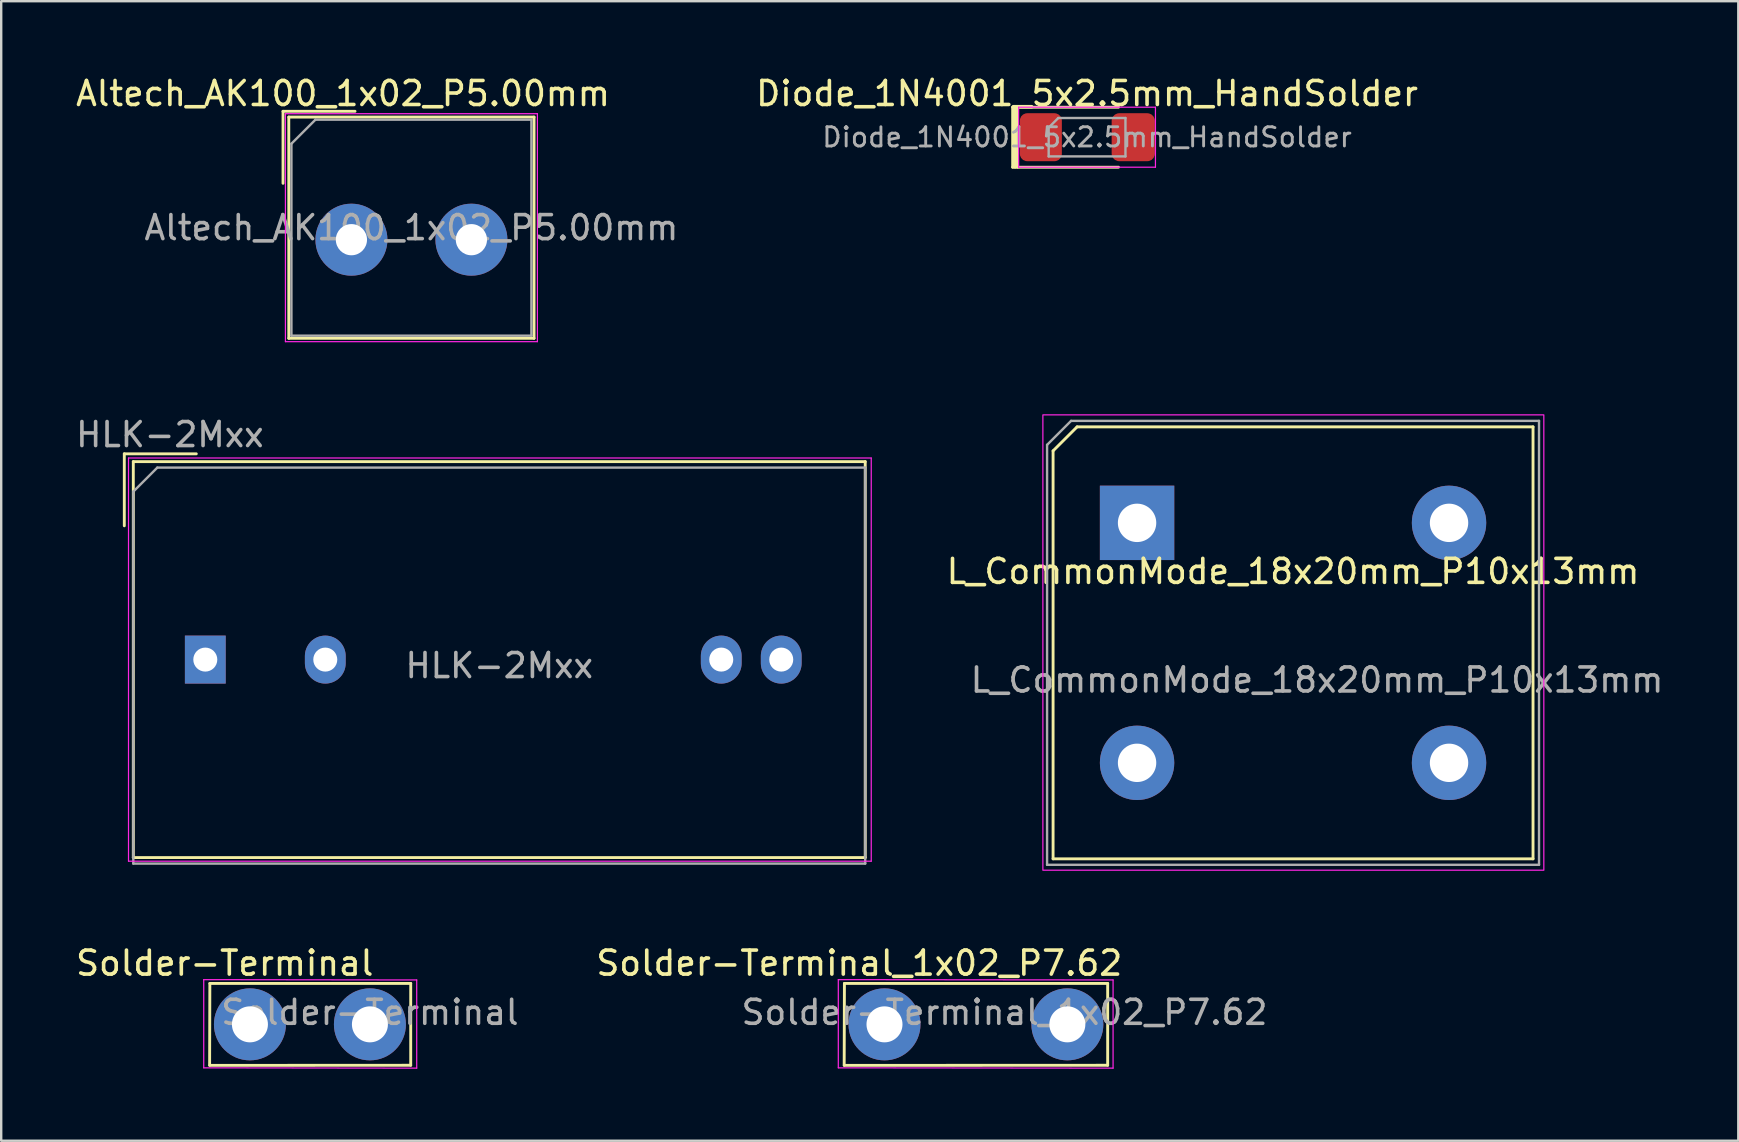
<source format=kicad_pcb>
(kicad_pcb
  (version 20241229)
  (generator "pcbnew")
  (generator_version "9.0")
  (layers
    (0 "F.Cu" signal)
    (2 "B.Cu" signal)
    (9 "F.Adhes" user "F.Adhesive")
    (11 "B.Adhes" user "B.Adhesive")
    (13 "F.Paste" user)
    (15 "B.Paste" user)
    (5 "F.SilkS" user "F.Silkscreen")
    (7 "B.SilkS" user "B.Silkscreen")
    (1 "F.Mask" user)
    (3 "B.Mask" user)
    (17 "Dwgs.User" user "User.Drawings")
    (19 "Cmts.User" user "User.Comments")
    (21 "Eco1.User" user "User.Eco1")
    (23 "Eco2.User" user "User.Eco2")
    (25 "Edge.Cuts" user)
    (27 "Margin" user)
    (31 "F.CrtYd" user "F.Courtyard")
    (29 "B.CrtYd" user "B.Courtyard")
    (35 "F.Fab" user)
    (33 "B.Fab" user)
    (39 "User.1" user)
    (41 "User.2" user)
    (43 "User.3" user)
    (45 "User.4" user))
  (footprint "HLK-2Mxx"
    (layer "F.Cu")
    (at 5.505 24.436)
    (property "Reference" "HLK-2Mxx" (at -1.475 -9.375 180) (layer "F.Fab") (effects (font (size 1 1) (thickness 0.15))))
    (attr through_hole)
    (fp_line (start -3.375 -8.575) (end -0.375 -8.575) (stroke (width 0.12) (type solid)) (layer "F.SilkS"))
    (fp_line (start -3.375 -5.575) (end -3.375 -8.575) (stroke (width 0.12) (type solid)) (layer "F.SilkS"))
    (fp_line (start -3 -8.25) (end -3 8.25) (stroke (width 0.12) (type solid)) (layer "F.SilkS"))
    (fp_line (start -3 -8.25) (end 27.5 -8.25) (stroke (width 0.12) (type solid)) (layer "F.SilkS"))
    (fp_line (start -3 8.25) (end 27.5 8.25) (stroke (width 0.12) (type solid)) (layer "F.SilkS"))
    (fp_line (start 27.5 -8.25) (end 27.5 8.25) (stroke (width 0.12) (type solid)) (layer "F.SilkS"))
    (fp_line (start -3.2 -8.4) (end -3.2 8.4) (stroke (width 0.05) (type solid)) (layer "F.CrtYd"))
    (fp_line (start -3.2 -8.4) (end 27.75 -8.4) (stroke (width 0.05) (type solid)) (layer "F.CrtYd"))
    (fp_line (start -3.2 8.4) (end 27.75 8.4) (stroke (width 0.05) (type solid)) (layer "F.CrtYd"))
    (fp_line (start 27.75 -8.4) (end 27.75 8.4) (stroke (width 0.05) (type solid)) (layer "F.CrtYd"))
    (fp_line (start -3 -7) (end -2 -8) (stroke (width 0.1) (type solid)) (layer "F.Fab"))
    (fp_line (start -3 8.5) (end -3 -7) (stroke (width 0.1) (type solid)) (layer "F.Fab"))
    (fp_line (start -2 -8) (end 27.5 -8) (stroke (width 0.1) (type solid)) (layer "F.Fab"))
    (fp_line (start 27.5 -8) (end 27.5 8.5) (stroke (width 0.1) (type solid)) (layer "F.Fab"))
    (fp_line (start 27.5 8.5) (end -3 8.5) (stroke (width 0.1) (type solid)) (layer "F.Fab"))
    (fp_text user "${REFERENCE}" (at 12.25 0.25 180) (layer "F.Fab") (effects (font (size 1 1) (thickness 0.15))))
    (pad "1" thru_hole rect (at 0 0) (size 1.7 2) (drill 1) (layers "*.Cu" "*.Mask"))
    (pad "2" thru_hole oval (at 5 0) (size 1.7 2) (drill 1) (layers "*.Cu" "*.Mask"))
    (pad "3" thru_hole oval (at 21.5 0) (size 1.7 2) (drill 1) (layers "*.Cu" "*.Mask"))
    (pad "4" thru_hole oval (at 24 0) (size 1.7 2) (drill 1) (layers "*.Cu" "*.Mask")))
  (footprint "Altech_AK100_1x02_P5.00mm"
    (layer "F.Cu")
    (at 11.594 6.938)
    (property "Reference" "Altech_AK100_1x02_P5.00mm" (at -0.35 -6.09 0) (layer "F.SilkS") (effects (font (size 1 1) (thickness 0.15))))
    (attr through_hole)
    (fp_line (start -2.85 -5.35) (end 0.15 -5.35) (stroke (width 0.12) (type solid)) (layer "F.SilkS"))
    (fp_line (start -2.85 -2.35) (end -2.85 -5.35) (stroke (width 0.12) (type solid)) (layer "F.SilkS"))
    (fp_line (start -2.61 -5.11) (end -2.61 4.11) (stroke (width 0.12) (type solid)) (layer "F.SilkS"))
    (fp_line (start -2.61 -5.11) (end 7.61 -5.11) (stroke (width 0.12) (type solid)) (layer "F.SilkS"))
    (fp_line (start -2.61 4.11) (end 7.61 4.11) (stroke (width 0.12) (type solid)) (layer "F.SilkS"))
    (fp_line (start 7.61 -5.11) (end 7.61 4.11) (stroke (width 0.12) (type solid)) (layer "F.SilkS"))
    (fp_line (start -2.75 -5.25) (end -2.75 4.25) (stroke (width 0.05) (type solid)) (layer "F.CrtYd"))
    (fp_line (start -2.75 -5.25) (end 7.75 -5.25) (stroke (width 0.05) (type solid)) (layer "F.CrtYd"))
    (fp_line (start -2.75 4.25) (end 7.75 4.25) (stroke (width 0.05) (type solid)) (layer "F.CrtYd"))
    (fp_line (start 7.75 -5.25) (end 7.75 4.25) (stroke (width 0.05) (type solid)) (layer "F.CrtYd"))
    (fp_line (start -2.5 -4) (end -1.5 -5) (stroke (width 0.1) (type solid)) (layer "F.Fab"))
    (fp_line (start -2.5 4) (end -2.5 -4) (stroke (width 0.1) (type solid)) (layer "F.Fab"))
    (fp_line (start -1.5 -5) (end 7.5 -5) (stroke (width 0.1) (type solid)) (layer "F.Fab"))
    (fp_line (start 7.5 -5) (end 7.5 4) (stroke (width 0.1) (type solid)) (layer "F.Fab"))
    (fp_line (start 7.5 4) (end -2.5 4) (stroke (width 0.1) (type solid)) (layer "F.Fab"))
    (fp_text user "${REFERENCE}" (at 2.5 -0.5 0) (layer "F.Fab") (effects (font (size 1 1) (thickness 0.15))))
    (pad "1" thru_hole circle (at 0 0) (size 3 3) (drill 1.3) (layers "*.Cu" "*.Mask"))
    (pad "2" thru_hole circle (at 5 0) (size 3 3) (drill 1.3) (layers "*.Cu" "*.Mask")))
  (footprint "Solder-Terminal"
    (layer "F.Cu")
    (at 7.365 39.636)
    (property "Reference" "Solder-Terminal" (at -1.05 -2.55 0) (layer "F.SilkS") (effects (font (size 1 1) (thickness 0.15))))
    (attr through_hole)
    (fp_line (start -1.675 1.71) (end 6.7 1.705) (stroke (width 0.12) (type solid)) (layer "F.SilkS"))
    (fp_line (start -1.67 -1.705) (end -1.68 1.705) (stroke (width 0.12) (type solid)) (layer "F.SilkS"))
    (fp_line (start -1.67 -1.705) (end 6.7 -1.705) (stroke (width 0.12) (type solid)) (layer "F.SilkS"))
    (fp_line (start 6.7 -1.705) (end 6.7 1.705) (stroke (width 0.12) (type solid)) (layer "F.SilkS"))
    (fp_line (start -1.925 -1.863) (end -1.925 1.812) (stroke (width 0.05) (type solid)) (layer "F.CrtYd"))
    (fp_line (start -1.925 -1.863) (end 6.95 -1.85) (stroke (width 0.05) (type solid)) (layer "F.CrtYd"))
    (fp_line (start -1.925 1.812) (end 6.95 1.825) (stroke (width 0.05) (type solid)) (layer "F.CrtYd"))
    (fp_line (start 6.95 -1.85) (end 6.95 1.825) (stroke (width 0.05) (type solid)) (layer "F.CrtYd"))
    (fp_text user "${REFERENCE}" (at 5 -0.5 0) (layer "F.Fab") (effects (font (size 1 1) (thickness 0.15))))
    (pad "1" thru_hole circle (at 0 0) (size 3 3) (drill 1.5) (layers "*.Cu" "*.Mask"))
    (pad "2" thru_hole circle (at 5 0) (size 3 3) (drill 1.5) (layers "*.Cu" "*.Mask")))
  (footprint "Diode_1N4001_5x2.5mm_HandSolder"
    (layer "F.Cu")
    (at 42.249 2.668)
    (property "Reference" "Diode_1N4001_5x2.5mm_HandSolder" (at 0 -1.82 0) (layer "F.SilkS") (effects (font (size 1 1) (thickness 0.15))))
    (attr smd)
    (fp_line (start -3.1 -1.25) (end -3.1 1.25) (stroke (width 0.12) (type solid)) (layer "F.SilkS"))
    (fp_line (start -3.1 1.25) (end 1.31 1.25) (stroke (width 0.12) (type solid)) (layer "F.SilkS"))
    (fp_line (start -3 -1.25) (end -3 1.25) (stroke (width 0.12) (type solid)) (layer "F.SilkS"))
    (fp_line (start -2.9 -1.25) (end -2.9 1.25) (stroke (width 0.12) (type solid)) (layer "F.SilkS"))
    (fp_line (start 1.31 -1.25) (end -3.1 -1.25) (stroke (width 0.12) (type solid)) (layer "F.SilkS"))
    (fp_line (start -2.85 -1.25) (end 2.85 -1.25) (stroke (width 0.05) (type solid)) (layer "F.CrtYd"))
    (fp_line (start -2.85 1.25) (end -2.85 -1.25) (stroke (width 0.05) (type solid)) (layer "F.CrtYd"))
    (fp_line (start 2.85 -1.25) (end 2.85 1.25) (stroke (width 0.05) (type solid)) (layer "F.CrtYd"))
    (fp_line (start 2.85 1.25) (end -2.85 1.25) (stroke (width 0.05) (type solid)) (layer "F.CrtYd"))
    (fp_line (start -1.6 -0.4) (end -1.6 0.8) (stroke (width 0.1) (type solid)) (layer "F.Fab"))
    (fp_line (start -1.6 0.8) (end 1.6 0.8) (stroke (width 0.1) (type solid)) (layer "F.Fab"))
    (fp_line (start -1.2 -0.8) (end -1.6 -0.4) (stroke (width 0.1) (type solid)) (layer "F.Fab"))
    (fp_line (start 1.6 -0.8) (end -1.2 -0.8) (stroke (width 0.1) (type solid)) (layer "F.Fab"))
    (fp_line (start 1.6 0.8) (end 1.6 -0.8) (stroke (width 0.1) (type solid)) (layer "F.Fab"))
    (fp_text user "${REFERENCE}" (at 0 0 0) (layer "F.Fab") (effects (font (size 0.8 0.8) (thickness 0.12))))
    (pad "1" smd roundrect (at -1.925 0) (size 1.75 2) (layers "F.Cu" "F.Mask" "F.Paste") (roundrect_rratio 0.175))
    (pad "2" smd roundrect (at 1.925 0) (size 1.8 2) (layers "F.Cu" "F.Mask" "F.Paste") (roundrect_rratio 0.175)))
  (footprint "L_CommonMode_18x20mm_P10x13mm"
    (layer "F.Cu")
    (at 50.833 23.738)
    (property "Reference" "L_CommonMode_18x20mm_P10x13mm" (at 0 -2.975 0) (layer "F.SilkS") (effects (font (size 1 1) (thickness 0.15))))
    (attr through_hole)
    (fp_line (start -10 -8) (end -10 9) (stroke (width 0.12) (type solid)) (layer "F.SilkS"))
    (fp_line (start -10 9) (end 10 9) (stroke (width 0.12) (type solid)) (layer "F.SilkS"))
    (fp_line (start -9 -9) (end -10 -8) (stroke (width 0.12) (type solid)) (layer "F.SilkS"))
    (fp_line (start 10 -9) (end -9 -9) (stroke (width 0.12) (type solid)) (layer "F.SilkS"))
    (fp_line (start 10 9) (end 10 -9) (stroke (width 0.12) (type solid)) (layer "F.SilkS"))
    (fp_rect (start -10.425 -9.5) (end 10.45 9.475) (stroke (width 0.05) (type solid)) (fill no) (layer "F.CrtYd"))
    (fp_line (start -10.25 -8.25) (end -9.25 -9.25) (stroke (width 0.1) (type solid)) (layer "F.Fab"))
    (fp_line (start -10.25 9.25) (end -10.25 -8.25) (stroke (width 0.1) (type solid)) (layer "F.Fab"))
    (fp_line (start -10.25 9.25) (end 10.25 9.25) (stroke (width 0.1) (type solid)) (layer "F.Fab"))
    (fp_line (start -9.25 -9.25) (end 10.25 -9.25) (stroke (width 0.1) (type solid)) (layer "F.Fab"))
    (fp_line (start 10.25 -9.25) (end 10.25 9.25) (stroke (width 0.1) (type solid)) (layer "F.Fab"))
    (fp_text user "${REFERENCE}" (at 1 1.55 0) (layer "F.Fab") (effects (font (size 1 1) (thickness 0.15))))
    (pad "1" thru_hole circle (at 6.5 -5) (size 3.1 3.1) (drill 1.6) (layers "*.Cu" "*.Mask"))
    (pad "2" thru_hole circle (at 6.5 5) (size 3.1 3.1) (drill 1.6) (layers "*.Cu" "*.Mask"))
    (pad "3" thru_hole rect (at -6.5 -5) (size 3.1 3.1) (drill 1.6) (layers "*.Cu" "*.Mask"))
    (pad "4" thru_hole circle (at -6.5 5) (size 3.1 3.1) (drill 1.6) (layers "*.Cu" "*.Mask")))
  (footprint "Solder-Terminal_1x02_P7.62"
    (layer "F.Cu")
    (at 33.808 39.636)
    (property "Reference" "Solder-Terminal_1x02_P7.62" (at -1.05 -2.55 0) (layer "F.SilkS") (effects (font (size 1 1) (thickness 0.15))))
    (attr through_hole)
    (fp_line (start -1.675 1.71) (end 9.3 1.705) (stroke (width 0.12) (type solid)) (layer "F.SilkS"))
    (fp_line (start -1.67 -1.705) (end -1.68 1.705) (stroke (width 0.12) (type solid)) (layer "F.SilkS"))
    (fp_line (start -1.67 -1.705) (end 9.3 -1.705) (stroke (width 0.12) (type solid)) (layer "F.SilkS"))
    (fp_line (start 9.3 -1.705) (end 9.3 1.705) (stroke (width 0.12) (type solid)) (layer "F.SilkS"))
    (fp_line (start -1.925 -1.863) (end -1.925 1.812) (stroke (width 0.05) (type solid)) (layer "F.CrtYd"))
    (fp_line (start -1.925 -1.863) (end 9.525 -1.85) (stroke (width 0.05) (type solid)) (layer "F.CrtYd"))
    (fp_line (start -1.925 1.812) (end 9.525 1.825) (stroke (width 0.05) (type solid)) (layer "F.CrtYd"))
    (fp_line (start 9.525 -1.85) (end 9.525 1.825) (stroke (width 0.05) (type solid)) (layer "F.CrtYd"))
    (fp_text user "${REFERENCE}" (at 5 -0.5 0) (layer "F.Fab") (effects (font (size 1 1) (thickness 0.15))))
    (pad "1" thru_hole circle (at 0 0) (size 3 3) (drill 1.5) (layers "*.Cu" "*.Mask"))
    (pad "2" thru_hole circle (at 7.62 0) (size 3 3) (drill 1.5) (layers "*.Cu" "*.Mask")))
  (gr_rect
    (start -3 -3)
    (end 69.387 44.486)
    (stroke (width 0.1) (type default))
    (fill no)
    (layer "Edge.Cuts")))
</source>
